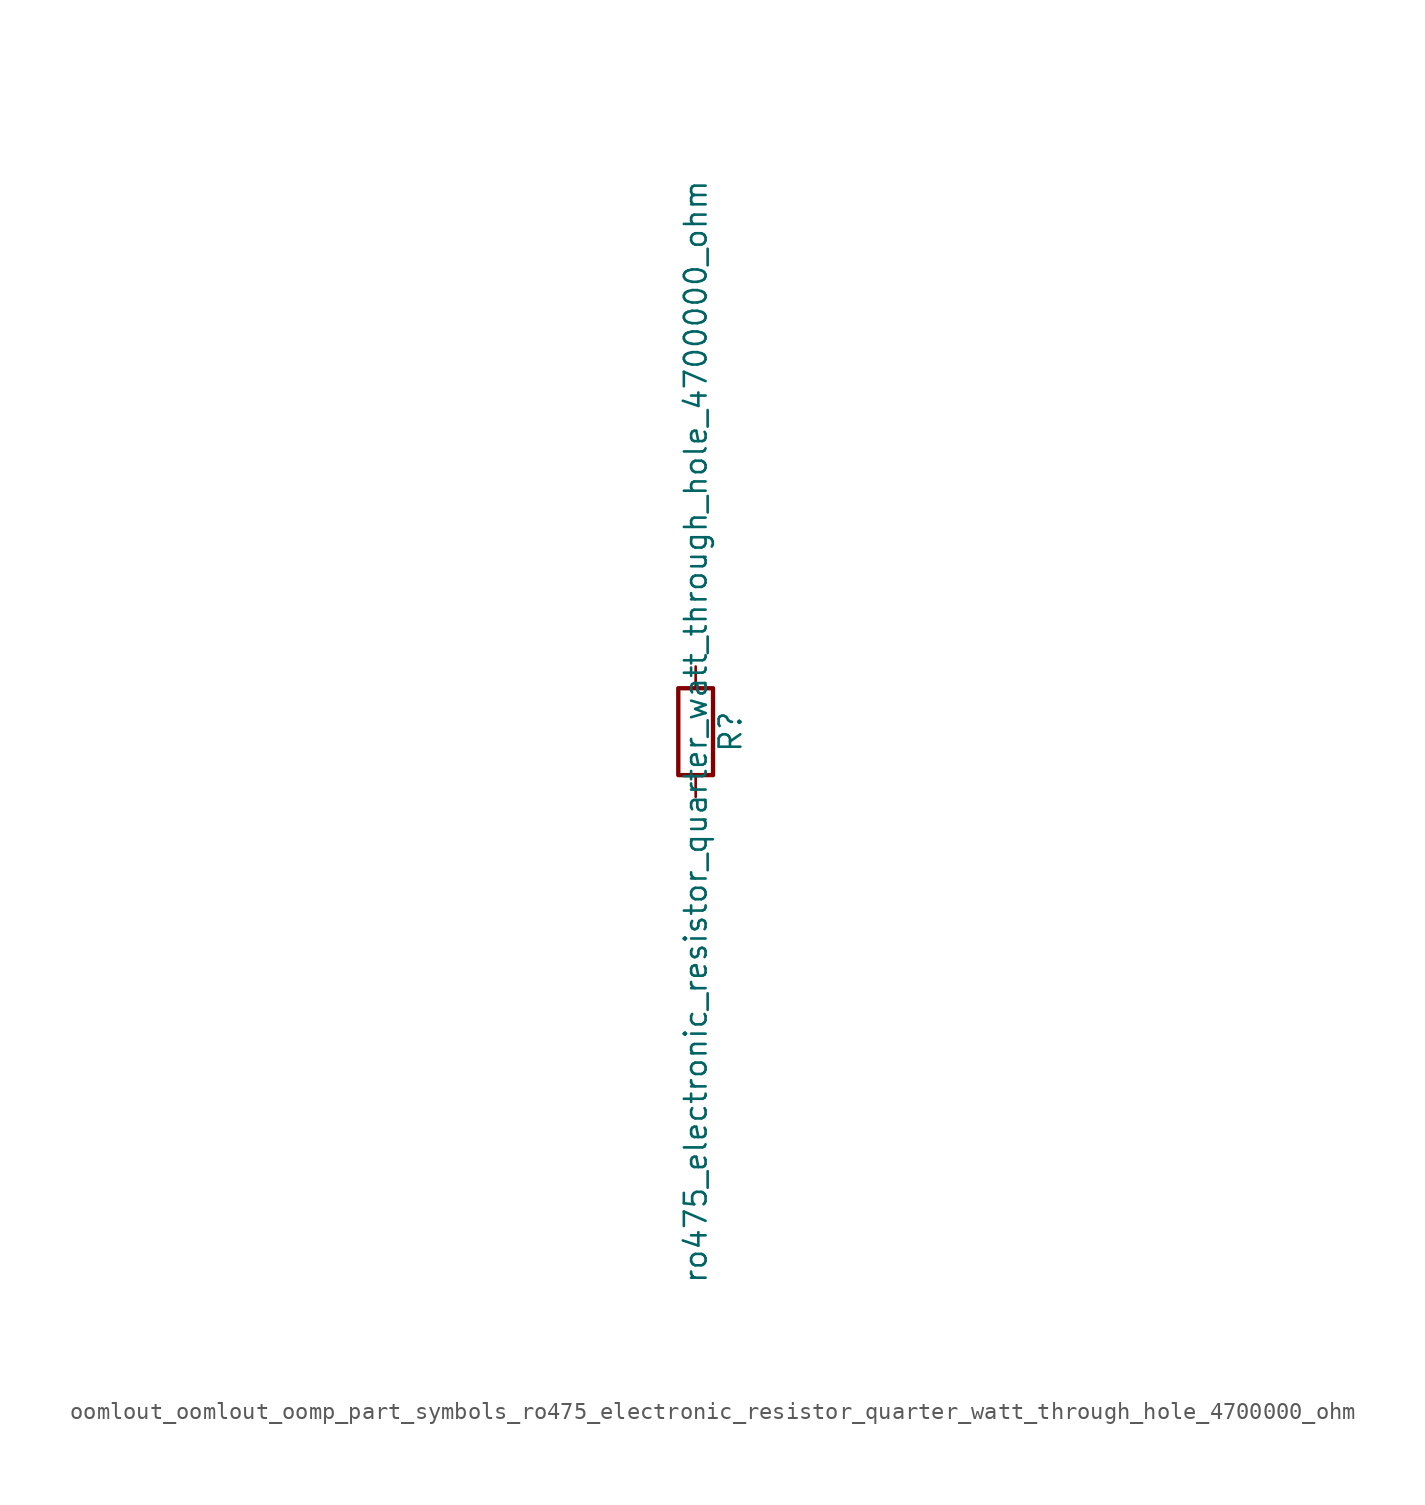
<source format=kicad_sym>
(kicad_symbol_lib
  (version 20220914)
  (generator kicad_symbol_editor)
  (symbol "oomlout_oomlout_oomp_part_symbols_ro475_electronic_resistor_quarter_watt_through_hole_4700000_ohm"
    (pin_numbers hide)
    (pin_names
      (offset 0))
    (property "Reference" "R"
      (at 2.032 0 90)
      (effects (font (size 1.27 1.27))))
    (property "Value" "ro475_electronic_resistor_quarter_watt_through_hole_4700000_ohm"
      (at 0 0 90)
      (effects (font (size 1.27 1.27))))
    (symbol "oomlout_oomlout_oomp_part_symbols_ro475_electronic_resistor_quarter_watt_through_hole_4700000_ohm_0_1"
      (rectangle (start -1.016 -2.54) (end 1.016 2.54) (stroke (width 0.254) (type default)) (fill (type none))))
    (symbol "oomlout_oomlout_oomp_part_symbols_ro475_electronic_resistor_quarter_watt_through_hole_4700000_ohm_1_1"
      (pin passive line (at 0 3.81 270) (length 1.27) (name "~" (effects (font (size 1.27 1.27)))) (number "1" (effects (font (size 1.27 1.27)))))
      (pin passive line (at 0 -3.81 90) (length 1.27) (name "~" (effects (font (size 1.27 1.27)))) (number "2" (effects (font (size 1.27 1.27))))))))
</source>
